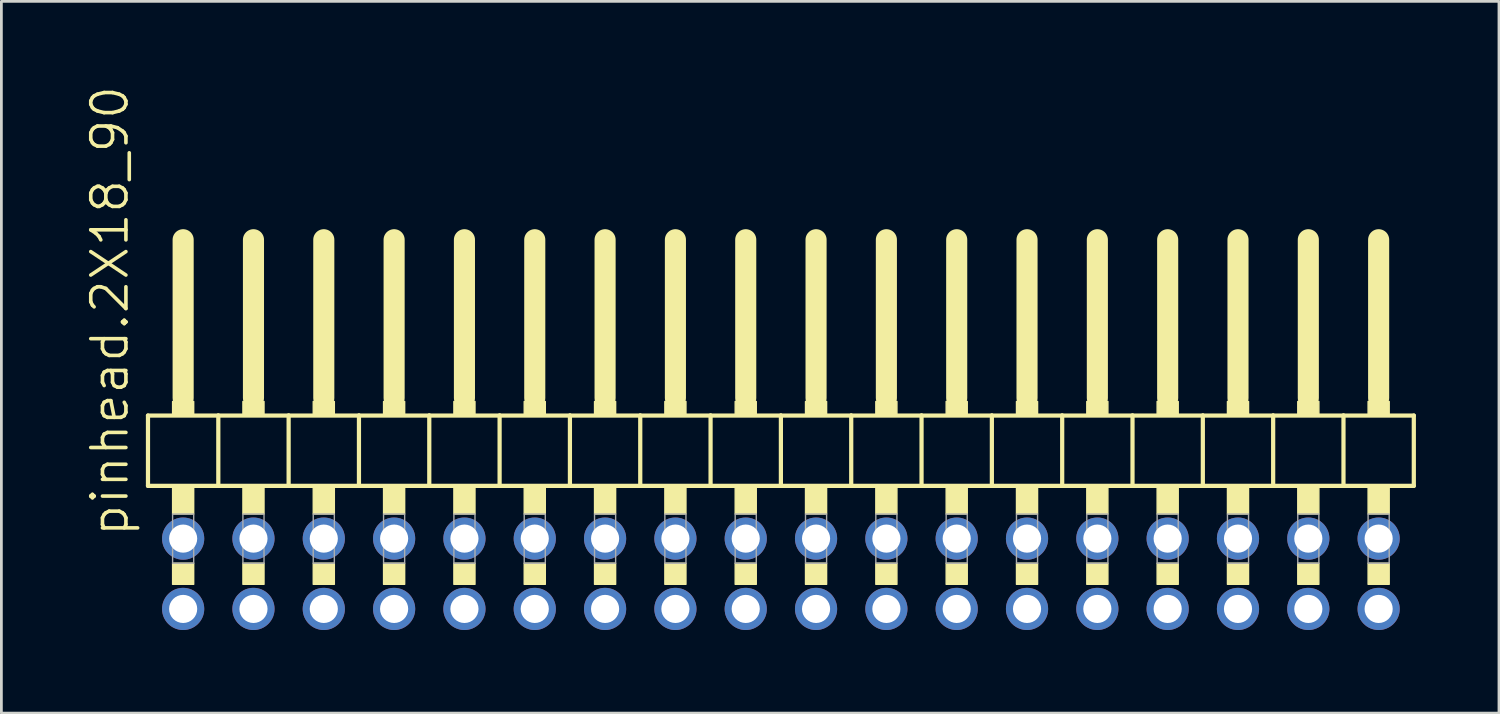
<source format=kicad_pcb>
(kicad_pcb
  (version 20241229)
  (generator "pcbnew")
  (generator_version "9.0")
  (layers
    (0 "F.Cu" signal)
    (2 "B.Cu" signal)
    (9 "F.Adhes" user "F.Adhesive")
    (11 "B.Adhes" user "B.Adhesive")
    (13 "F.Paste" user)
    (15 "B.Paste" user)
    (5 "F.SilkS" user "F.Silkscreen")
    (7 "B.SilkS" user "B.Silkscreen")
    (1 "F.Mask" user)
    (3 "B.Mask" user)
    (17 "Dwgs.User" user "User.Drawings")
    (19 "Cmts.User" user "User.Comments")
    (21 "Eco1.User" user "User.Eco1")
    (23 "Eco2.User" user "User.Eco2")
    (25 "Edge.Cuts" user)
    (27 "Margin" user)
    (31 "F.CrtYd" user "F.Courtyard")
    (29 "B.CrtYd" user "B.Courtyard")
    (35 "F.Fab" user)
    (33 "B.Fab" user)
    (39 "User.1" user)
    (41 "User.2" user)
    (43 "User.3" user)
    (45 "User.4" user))
  (footprint "pinhead.2X18_90"
    (layer "F.Cu")
    (at 25.155 12.594)
    (property "Reference" "pinhead.2X18_90" (at -23.495 3.81 90) (layer "F.SilkS") (effects (font (size 1.27 1.27) (thickness 0.13)) (justify left bottom)))
    (attr through_hole)
    (fp_line (start -22.86 -0.635) (end -22.86 1.905) (stroke (width 0.152) (type default)) (layer "F.SilkS"))
    (fp_line (start -22.86 1.905) (end -20.32 1.905) (stroke (width 0.152) (type default)) (layer "F.SilkS"))
    (fp_line (start -21.59 -6.985) (end -21.59 -1.27) (stroke (width 0.762) (type default)) (layer "F.SilkS"))
    (fp_line (start -20.32 -0.635) (end -22.86 -0.635) (stroke (width 0.152) (type default)) (layer "F.SilkS"))
    (fp_line (start -20.32 1.905) (end -20.32 -0.635) (stroke (width 0.152) (type default)) (layer "F.SilkS"))
    (fp_line (start -20.32 1.905) (end -17.78 1.905) (stroke (width 0.152) (type default)) (layer "F.SilkS"))
    (fp_line (start -19.05 -6.985) (end -19.05 -1.27) (stroke (width 0.762) (type default)) (layer "F.SilkS"))
    (fp_line (start -17.78 -0.635) (end -20.32 -0.635) (stroke (width 0.152) (type default)) (layer "F.SilkS"))
    (fp_line (start -17.78 1.905) (end -17.78 -0.635) (stroke (width 0.152) (type default)) (layer "F.SilkS"))
    (fp_line (start -17.78 1.905) (end -15.24 1.905) (stroke (width 0.152) (type default)) (layer "F.SilkS"))
    (fp_line (start -16.51 -6.985) (end -16.51 -1.27) (stroke (width 0.762) (type default)) (layer "F.SilkS"))
    (fp_line (start -15.24 -0.635) (end -17.78 -0.635) (stroke (width 0.152) (type default)) (layer "F.SilkS"))
    (fp_line (start -15.24 1.905) (end -15.24 -0.635) (stroke (width 0.152) (type default)) (layer "F.SilkS"))
    (fp_line (start -15.24 1.905) (end -12.7 1.905) (stroke (width 0.152) (type default)) (layer "F.SilkS"))
    (fp_line (start -13.97 -6.985) (end -13.97 -1.27) (stroke (width 0.762) (type default)) (layer "F.SilkS"))
    (fp_line (start -12.7 -0.635) (end -15.24 -0.635) (stroke (width 0.152) (type default)) (layer "F.SilkS"))
    (fp_line (start -12.7 1.905) (end -12.7 -0.635) (stroke (width 0.152) (type default)) (layer "F.SilkS"))
    (fp_line (start -12.7 1.905) (end -10.16 1.905) (stroke (width 0.152) (type default)) (layer "F.SilkS"))
    (fp_line (start -11.43 -6.985) (end -11.43 -1.27) (stroke (width 0.762) (type default)) (layer "F.SilkS"))
    (fp_line (start -10.16 -0.635) (end -12.7 -0.635) (stroke (width 0.152) (type default)) (layer "F.SilkS"))
    (fp_line (start -10.16 1.905) (end -10.16 -0.635) (stroke (width 0.152) (type default)) (layer "F.SilkS"))
    (fp_line (start -10.16 1.905) (end -7.62 1.905) (stroke (width 0.152) (type default)) (layer "F.SilkS"))
    (fp_line (start -8.89 -6.985) (end -8.89 -1.27) (stroke (width 0.762) (type default)) (layer "F.SilkS"))
    (fp_line (start -7.62 -0.635) (end -10.16 -0.635) (stroke (width 0.152) (type default)) (layer "F.SilkS"))
    (fp_line (start -7.62 1.905) (end -7.62 -0.635) (stroke (width 0.152) (type default)) (layer "F.SilkS"))
    (fp_line (start -7.62 1.905) (end -5.08 1.905) (stroke (width 0.152) (type default)) (layer "F.SilkS"))
    (fp_line (start -6.35 -6.985) (end -6.35 -1.27) (stroke (width 0.762) (type default)) (layer "F.SilkS"))
    (fp_line (start -5.08 -0.635) (end -7.62 -0.635) (stroke (width 0.152) (type default)) (layer "F.SilkS"))
    (fp_line (start -5.08 1.905) (end -5.08 -0.635) (stroke (width 0.152) (type default)) (layer "F.SilkS"))
    (fp_line (start -5.08 1.905) (end -2.54 1.905) (stroke (width 0.152) (type default)) (layer "F.SilkS"))
    (fp_line (start -3.81 -6.985) (end -3.81 -1.27) (stroke (width 0.762) (type default)) (layer "F.SilkS"))
    (fp_line (start -2.54 -0.635) (end -5.08 -0.635) (stroke (width 0.152) (type default)) (layer "F.SilkS"))
    (fp_line (start -2.54 1.905) (end -2.54 -0.635) (stroke (width 0.152) (type default)) (layer "F.SilkS"))
    (fp_line (start -2.54 1.905) (end 0 1.905) (stroke (width 0.152) (type default)) (layer "F.SilkS"))
    (fp_line (start -1.27 -6.985) (end -1.27 -1.27) (stroke (width 0.762) (type default)) (layer "F.SilkS"))
    (fp_line (start 0 -0.635) (end -2.54 -0.635) (stroke (width 0.152) (type default)) (layer "F.SilkS"))
    (fp_line (start 0 1.905) (end 0 -0.635) (stroke (width 0.152) (type default)) (layer "F.SilkS"))
    (fp_line (start 0 1.905) (end 2.54 1.905) (stroke (width 0.152) (type default)) (layer "F.SilkS"))
    (fp_line (start 1.27 -6.985) (end 1.27 -1.27) (stroke (width 0.762) (type default)) (layer "F.SilkS"))
    (fp_line (start 2.54 -0.635) (end 0 -0.635) (stroke (width 0.152) (type default)) (layer "F.SilkS"))
    (fp_line (start 2.54 1.905) (end 2.54 -0.635) (stroke (width 0.152) (type default)) (layer "F.SilkS"))
    (fp_line (start 2.54 1.905) (end 5.08 1.905) (stroke (width 0.152) (type default)) (layer "F.SilkS"))
    (fp_line (start 3.81 -6.985) (end 3.81 -1.27) (stroke (width 0.762) (type default)) (layer "F.SilkS"))
    (fp_line (start 5.08 -0.635) (end 2.54 -0.635) (stroke (width 0.152) (type default)) (layer "F.SilkS"))
    (fp_line (start 5.08 1.905) (end 5.08 -0.635) (stroke (width 0.152) (type default)) (layer "F.SilkS"))
    (fp_line (start 5.08 1.905) (end 7.62 1.905) (stroke (width 0.152) (type default)) (layer "F.SilkS"))
    (fp_line (start 6.35 -6.985) (end 6.35 -1.27) (stroke (width 0.762) (type default)) (layer "F.SilkS"))
    (fp_line (start 7.62 -0.635) (end 5.08 -0.635) (stroke (width 0.152) (type default)) (layer "F.SilkS"))
    (fp_line (start 7.62 1.905) (end 7.62 -0.635) (stroke (width 0.152) (type default)) (layer "F.SilkS"))
    (fp_line (start 7.62 1.905) (end 10.16 1.905) (stroke (width 0.152) (type default)) (layer "F.SilkS"))
    (fp_line (start 8.89 -6.985) (end 8.89 -1.27) (stroke (width 0.762) (type default)) (layer "F.SilkS"))
    (fp_line (start 10.16 -0.635) (end 7.62 -0.635) (stroke (width 0.152) (type default)) (layer "F.SilkS"))
    (fp_line (start 10.16 1.905) (end 10.16 -0.635) (stroke (width 0.152) (type default)) (layer "F.SilkS"))
    (fp_line (start 10.16 1.905) (end 12.7 1.905) (stroke (width 0.152) (type default)) (layer "F.SilkS"))
    (fp_line (start 11.43 -6.985) (end 11.43 -1.27) (stroke (width 0.762) (type default)) (layer "F.SilkS"))
    (fp_line (start 12.7 -0.635) (end 10.16 -0.635) (stroke (width 0.152) (type default)) (layer "F.SilkS"))
    (fp_line (start 12.7 1.905) (end 12.7 -0.635) (stroke (width 0.152) (type default)) (layer "F.SilkS"))
    (fp_line (start 12.7 1.905) (end 15.24 1.905) (stroke (width 0.152) (type default)) (layer "F.SilkS"))
    (fp_line (start 13.97 -6.985) (end 13.97 -1.27) (stroke (width 0.762) (type default)) (layer "F.SilkS"))
    (fp_line (start 15.24 -0.635) (end 12.7 -0.635) (stroke (width 0.152) (type default)) (layer "F.SilkS"))
    (fp_line (start 15.24 1.905) (end 15.24 -0.635) (stroke (width 0.152) (type default)) (layer "F.SilkS"))
    (fp_line (start 15.24 1.905) (end 17.78 1.905) (stroke (width 0.152) (type default)) (layer "F.SilkS"))
    (fp_line (start 16.51 -6.985) (end 16.51 -1.27) (stroke (width 0.762) (type default)) (layer "F.SilkS"))
    (fp_line (start 17.78 -0.635) (end 15.24 -0.635) (stroke (width 0.152) (type default)) (layer "F.SilkS"))
    (fp_line (start 17.78 1.905) (end 17.78 -0.635) (stroke (width 0.152) (type default)) (layer "F.SilkS"))
    (fp_line (start 17.78 1.905) (end 20.32 1.905) (stroke (width 0.152) (type default)) (layer "F.SilkS"))
    (fp_line (start 19.05 -6.985) (end 19.05 -1.27) (stroke (width 0.762) (type default)) (layer "F.SilkS"))
    (fp_line (start 20.32 -0.635) (end 17.78 -0.635) (stroke (width 0.152) (type default)) (layer "F.SilkS"))
    (fp_line (start 20.32 1.905) (end 20.32 -0.635) (stroke (width 0.152) (type default)) (layer "F.SilkS"))
    (fp_line (start 20.32 1.905) (end 22.86 1.905) (stroke (width 0.152) (type default)) (layer "F.SilkS"))
    (fp_line (start 21.59 -6.985) (end 21.59 -1.27) (stroke (width 0.762) (type default)) (layer "F.SilkS"))
    (fp_line (start 22.86 -0.635) (end 20.32 -0.635) (stroke (width 0.152) (type default)) (layer "F.SilkS"))
    (fp_line (start 22.86 1.905) (end 22.86 -0.635) (stroke (width 0.152) (type default)) (layer "F.SilkS"))
    (fp_rect (start -21.971 -0.635) (end -21.209 -1.143) (stroke (width 0.05) (type default)) (fill yes) (layer "F.SilkS"))
    (fp_rect (start -21.971 2.921) (end -21.209 1.905) (stroke (width 0.05) (type default)) (fill yes) (layer "F.SilkS"))
    (fp_rect (start -21.971 5.461) (end -21.209 4.699) (stroke (width 0.05) (type default)) (fill yes) (layer "F.SilkS"))
    (fp_rect (start -19.431 -0.635) (end -18.669 -1.143) (stroke (width 0.05) (type default)) (fill yes) (layer "F.SilkS"))
    (fp_rect (start -19.431 2.921) (end -18.669 1.905) (stroke (width 0.05) (type default)) (fill yes) (layer "F.SilkS"))
    (fp_rect (start -19.431 5.461) (end -18.669 4.699) (stroke (width 0.05) (type default)) (fill yes) (layer "F.SilkS"))
    (fp_rect (start -16.891 -0.635) (end -16.129 -1.143) (stroke (width 0.05) (type default)) (fill yes) (layer "F.SilkS"))
    (fp_rect (start -16.891 2.921) (end -16.129 1.905) (stroke (width 0.05) (type default)) (fill yes) (layer "F.SilkS"))
    (fp_rect (start -16.891 5.461) (end -16.129 4.699) (stroke (width 0.05) (type default)) (fill yes) (layer "F.SilkS"))
    (fp_rect (start -14.351 -0.635) (end -13.589 -1.143) (stroke (width 0.05) (type default)) (fill yes) (layer "F.SilkS"))
    (fp_rect (start -14.351 2.921) (end -13.589 1.905) (stroke (width 0.05) (type default)) (fill yes) (layer "F.SilkS"))
    (fp_rect (start -14.351 5.461) (end -13.589 4.699) (stroke (width 0.05) (type default)) (fill yes) (layer "F.SilkS"))
    (fp_rect (start -11.811 -0.635) (end -11.049 -1.143) (stroke (width 0.05) (type default)) (fill yes) (layer "F.SilkS"))
    (fp_rect (start -11.811 2.921) (end -11.049 1.905) (stroke (width 0.05) (type default)) (fill yes) (layer "F.SilkS"))
    (fp_rect (start -11.811 5.461) (end -11.049 4.699) (stroke (width 0.05) (type default)) (fill yes) (layer "F.SilkS"))
    (fp_rect (start -9.271 -0.635) (end -8.509 -1.143) (stroke (width 0.05) (type default)) (fill yes) (layer "F.SilkS"))
    (fp_rect (start -9.271 2.921) (end -8.509 1.905) (stroke (width 0.05) (type default)) (fill yes) (layer "F.SilkS"))
    (fp_rect (start -9.271 5.461) (end -8.509 4.699) (stroke (width 0.05) (type default)) (fill yes) (layer "F.SilkS"))
    (fp_rect (start -6.731 -0.635) (end -5.969 -1.143) (stroke (width 0.05) (type default)) (fill yes) (layer "F.SilkS"))
    (fp_rect (start -6.731 2.921) (end -5.969 1.905) (stroke (width 0.05) (type default)) (fill yes) (layer "F.SilkS"))
    (fp_rect (start -6.731 5.461) (end -5.969 4.699) (stroke (width 0.05) (type default)) (fill yes) (layer "F.SilkS"))
    (fp_rect (start -4.191 -0.635) (end -3.429 -1.143) (stroke (width 0.05) (type default)) (fill yes) (layer "F.SilkS"))
    (fp_rect (start -4.191 2.921) (end -3.429 1.905) (stroke (width 0.05) (type default)) (fill yes) (layer "F.SilkS"))
    (fp_rect (start -4.191 5.461) (end -3.429 4.699) (stroke (width 0.05) (type default)) (fill yes) (layer "F.SilkS"))
    (fp_rect (start -1.651 -0.635) (end -0.889 -1.143) (stroke (width 0.05) (type default)) (fill yes) (layer "F.SilkS"))
    (fp_rect (start -1.651 2.921) (end -0.889 1.905) (stroke (width 0.05) (type default)) (fill yes) (layer "F.SilkS"))
    (fp_rect (start -1.651 5.461) (end -0.889 4.699) (stroke (width 0.05) (type default)) (fill yes) (layer "F.SilkS"))
    (fp_rect (start 0.889 -0.635) (end 1.651 -1.143) (stroke (width 0.05) (type default)) (fill yes) (layer "F.SilkS"))
    (fp_rect (start 0.889 2.921) (end 1.651 1.905) (stroke (width 0.05) (type default)) (fill yes) (layer "F.SilkS"))
    (fp_rect (start 0.889 5.461) (end 1.651 4.699) (stroke (width 0.05) (type default)) (fill yes) (layer "F.SilkS"))
    (fp_rect (start 3.429 -0.635) (end 4.191 -1.143) (stroke (width 0.05) (type default)) (fill yes) (layer "F.SilkS"))
    (fp_rect (start 3.429 2.921) (end 4.191 1.905) (stroke (width 0.05) (type default)) (fill yes) (layer "F.SilkS"))
    (fp_rect (start 3.429 5.461) (end 4.191 4.699) (stroke (width 0.05) (type default)) (fill yes) (layer "F.SilkS"))
    (fp_rect (start 5.969 -0.635) (end 6.731 -1.143) (stroke (width 0.05) (type default)) (fill yes) (layer "F.SilkS"))
    (fp_rect (start 5.969 2.921) (end 6.731 1.905) (stroke (width 0.05) (type default)) (fill yes) (layer "F.SilkS"))
    (fp_rect (start 5.969 5.461) (end 6.731 4.699) (stroke (width 0.05) (type default)) (fill yes) (layer "F.SilkS"))
    (fp_rect (start 8.509 -0.635) (end 9.271 -1.143) (stroke (width 0.05) (type default)) (fill yes) (layer "F.SilkS"))
    (fp_rect (start 8.509 2.921) (end 9.271 1.905) (stroke (width 0.05) (type default)) (fill yes) (layer "F.SilkS"))
    (fp_rect (start 8.509 5.461) (end 9.271 4.699) (stroke (width 0.05) (type default)) (fill yes) (layer "F.SilkS"))
    (fp_rect (start 11.049 -0.635) (end 11.811 -1.143) (stroke (width 0.05) (type default)) (fill yes) (layer "F.SilkS"))
    (fp_rect (start 11.049 2.921) (end 11.811 1.905) (stroke (width 0.05) (type default)) (fill yes) (layer "F.SilkS"))
    (fp_rect (start 11.049 5.461) (end 11.811 4.699) (stroke (width 0.05) (type default)) (fill yes) (layer "F.SilkS"))
    (fp_rect (start 13.589 -0.635) (end 14.351 -1.143) (stroke (width 0.05) (type default)) (fill yes) (layer "F.SilkS"))
    (fp_rect (start 13.589 2.921) (end 14.351 1.905) (stroke (width 0.05) (type default)) (fill yes) (layer "F.SilkS"))
    (fp_rect (start 13.589 5.461) (end 14.351 4.699) (stroke (width 0.05) (type default)) (fill yes) (layer "F.SilkS"))
    (fp_rect (start 16.129 -0.635) (end 16.891 -1.143) (stroke (width 0.05) (type default)) (fill yes) (layer "F.SilkS"))
    (fp_rect (start 16.129 2.921) (end 16.891 1.905) (stroke (width 0.05) (type default)) (fill yes) (layer "F.SilkS"))
    (fp_rect (start 16.129 5.461) (end 16.891 4.699) (stroke (width 0.05) (type default)) (fill yes) (layer "F.SilkS"))
    (fp_rect (start 18.669 -0.635) (end 19.431 -1.143) (stroke (width 0.05) (type default)) (fill yes) (layer "F.SilkS"))
    (fp_rect (start 18.669 2.921) (end 19.431 1.905) (stroke (width 0.05) (type default)) (fill yes) (layer "F.SilkS"))
    (fp_rect (start 18.669 5.461) (end 19.431 4.699) (stroke (width 0.05) (type default)) (fill yes) (layer "F.SilkS"))
    (fp_rect (start 21.209 -0.635) (end 21.971 -1.143) (stroke (width 0.05) (type default)) (fill yes) (layer "F.SilkS"))
    (fp_rect (start 21.209 2.921) (end 21.971 1.905) (stroke (width 0.05) (type default)) (fill yes) (layer "F.SilkS"))
    (fp_rect (start 21.209 5.461) (end 21.971 4.699) (stroke (width 0.05) (type default)) (fill yes) (layer "F.SilkS"))
    (fp_rect (start -21.971 4.699) (end -21.209 2.921) (stroke (width 0.05) (type default)) (fill no) (layer "F.Fab"))
    (fp_rect (start -19.431 4.699) (end -18.669 2.921) (stroke (width 0.05) (type default)) (fill no) (layer "F.Fab"))
    (fp_rect (start -16.891 4.699) (end -16.129 2.921) (stroke (width 0.05) (type default)) (fill no) (layer "F.Fab"))
    (fp_rect (start -14.351 4.699) (end -13.589 2.921) (stroke (width 0.05) (type default)) (fill no) (layer "F.Fab"))
    (fp_rect (start -11.811 4.699) (end -11.049 2.921) (stroke (width 0.05) (type default)) (fill no) (layer "F.Fab"))
    (fp_rect (start -9.271 4.699) (end -8.509 2.921) (stroke (width 0.05) (type default)) (fill no) (layer "F.Fab"))
    (fp_rect (start -6.731 4.699) (end -5.969 2.921) (stroke (width 0.05) (type default)) (fill no) (layer "F.Fab"))
    (fp_rect (start -4.191 4.699) (end -3.429 2.921) (stroke (width 0.05) (type default)) (fill no) (layer "F.Fab"))
    (fp_rect (start -1.651 4.699) (end -0.889 2.921) (stroke (width 0.05) (type default)) (fill no) (layer "F.Fab"))
    (fp_rect (start 0.889 4.699) (end 1.651 2.921) (stroke (width 0.05) (type default)) (fill no) (layer "F.Fab"))
    (fp_rect (start 3.429 4.699) (end 4.191 2.921) (stroke (width 0.05) (type default)) (fill no) (layer "F.Fab"))
    (fp_rect (start 5.969 4.699) (end 6.731 2.921) (stroke (width 0.05) (type default)) (fill no) (layer "F.Fab"))
    (fp_rect (start 8.509 4.699) (end 9.271 2.921) (stroke (width 0.05) (type default)) (fill no) (layer "F.Fab"))
    (fp_rect (start 11.049 4.699) (end 11.811 2.921) (stroke (width 0.05) (type default)) (fill no) (layer "F.Fab"))
    (fp_rect (start 13.589 4.699) (end 14.351 2.921) (stroke (width 0.05) (type default)) (fill no) (layer "F.Fab"))
    (fp_rect (start 16.129 4.699) (end 16.891 2.921) (stroke (width 0.05) (type default)) (fill no) (layer "F.Fab"))
    (fp_rect (start 18.669 4.699) (end 19.431 2.921) (stroke (width 0.05) (type default)) (fill no) (layer "F.Fab"))
    (fp_rect (start 21.209 4.699) (end 21.971 2.921) (stroke (width 0.05) (type default)) (fill no) (layer "F.Fab"))
    (pad "1" thru_hole circle (at -21.59 6.35) (size 1.524 1.524) (drill 1.016) (layers "*.Cu" "*.Mask"))
    (pad "2" thru_hole circle (at -21.59 3.81) (size 1.524 1.524) (drill 1.016) (layers "*.Cu" "*.Mask"))
    (pad "3" thru_hole circle (at -19.05 6.35) (size 1.524 1.524) (drill 1.016) (layers "*.Cu" "*.Mask"))
    (pad "4" thru_hole circle (at -19.05 3.81) (size 1.524 1.524) (drill 1.016) (layers "*.Cu" "*.Mask"))
    (pad "5" thru_hole circle (at -16.51 6.35) (size 1.524 1.524) (drill 1.016) (layers "*.Cu" "*.Mask"))
    (pad "6" thru_hole circle (at -16.51 3.81) (size 1.524 1.524) (drill 1.016) (layers "*.Cu" "*.Mask"))
    (pad "7" thru_hole circle (at -13.97 6.35) (size 1.524 1.524) (drill 1.016) (layers "*.Cu" "*.Mask"))
    (pad "8" thru_hole circle (at -13.97 3.81) (size 1.524 1.524) (drill 1.016) (layers "*.Cu" "*.Mask"))
    (pad "9" thru_hole circle (at -11.43 6.35) (size 1.524 1.524) (drill 1.016) (layers "*.Cu" "*.Mask"))
    (pad "10" thru_hole circle (at -11.43 3.81) (size 1.524 1.524) (drill 1.016) (layers "*.Cu" "*.Mask"))
    (pad "11" thru_hole circle (at -8.89 6.35) (size 1.524 1.524) (drill 1.016) (layers "*.Cu" "*.Mask"))
    (pad "12" thru_hole circle (at -8.89 3.81) (size 1.524 1.524) (drill 1.016) (layers "*.Cu" "*.Mask"))
    (pad "13" thru_hole circle (at -6.35 6.35) (size 1.524 1.524) (drill 1.016) (layers "*.Cu" "*.Mask"))
    (pad "14" thru_hole circle (at -6.35 3.81) (size 1.524 1.524) (drill 1.016) (layers "*.Cu" "*.Mask"))
    (pad "15" thru_hole circle (at -3.81 6.35) (size 1.524 1.524) (drill 1.016) (layers "*.Cu" "*.Mask"))
    (pad "16" thru_hole circle (at -3.81 3.81) (size 1.524 1.524) (drill 1.016) (layers "*.Cu" "*.Mask"))
    (pad "17" thru_hole circle (at -1.27 6.35) (size 1.524 1.524) (drill 1.016) (layers "*.Cu" "*.Mask"))
    (pad "18" thru_hole circle (at -1.27 3.81) (size 1.524 1.524) (drill 1.016) (layers "*.Cu" "*.Mask"))
    (pad "19" thru_hole circle (at 1.27 6.35) (size 1.524 1.524) (drill 1.016) (layers "*.Cu" "*.Mask"))
    (pad "20" thru_hole circle (at 1.27 3.81) (size 1.524 1.524) (drill 1.016) (layers "*.Cu" "*.Mask"))
    (pad "21" thru_hole circle (at 3.81 6.35) (size 1.524 1.524) (drill 1.016) (layers "*.Cu" "*.Mask"))
    (pad "22" thru_hole circle (at 3.81 3.81) (size 1.524 1.524) (drill 1.016) (layers "*.Cu" "*.Mask"))
    (pad "23" thru_hole circle (at 6.35 6.35) (size 1.524 1.524) (drill 1.016) (layers "*.Cu" "*.Mask"))
    (pad "24" thru_hole circle (at 6.35 3.81) (size 1.524 1.524) (drill 1.016) (layers "*.Cu" "*.Mask"))
    (pad "25" thru_hole circle (at 8.89 6.35) (size 1.524 1.524) (drill 1.016) (layers "*.Cu" "*.Mask"))
    (pad "26" thru_hole circle (at 8.89 3.81) (size 1.524 1.524) (drill 1.016) (layers "*.Cu" "*.Mask"))
    (pad "27" thru_hole circle (at 11.43 6.35) (size 1.524 1.524) (drill 1.016) (layers "*.Cu" "*.Mask"))
    (pad "28" thru_hole circle (at 11.43 3.81) (size 1.524 1.524) (drill 1.016) (layers "*.Cu" "*.Mask"))
    (pad "29" thru_hole circle (at 13.97 6.35) (size 1.524 1.524) (drill 1.016) (layers "*.Cu" "*.Mask"))
    (pad "30" thru_hole circle (at 13.97 3.81) (size 1.524 1.524) (drill 1.016) (layers "*.Cu" "*.Mask"))
    (pad "31" thru_hole circle (at 16.51 6.35) (size 1.524 1.524) (drill 1.016) (layers "*.Cu" "*.Mask"))
    (pad "32" thru_hole circle (at 16.51 3.81) (size 1.524 1.524) (drill 1.016) (layers "*.Cu" "*.Mask"))
    (pad "33" thru_hole circle (at 19.05 6.35) (size 1.524 1.524) (drill 1.016) (layers "*.Cu" "*.Mask"))
    (pad "34" thru_hole circle (at 19.05 3.81) (size 1.524 1.524) (drill 1.016) (layers "*.Cu" "*.Mask"))
    (pad "35" thru_hole circle (at 21.59 6.35) (size 1.524 1.524) (drill 1.016) (layers "*.Cu" "*.Mask"))
    (pad "36" thru_hole circle (at 21.59 3.81) (size 1.524 1.524) (drill 1.016) (layers "*.Cu" "*.Mask")))
  (gr_rect
    (start -3 -3)
    (end 51.091 22.706)
    (stroke (width 0.1) (type default))
    (fill no)
    (layer "Edge.Cuts")))
</source>
